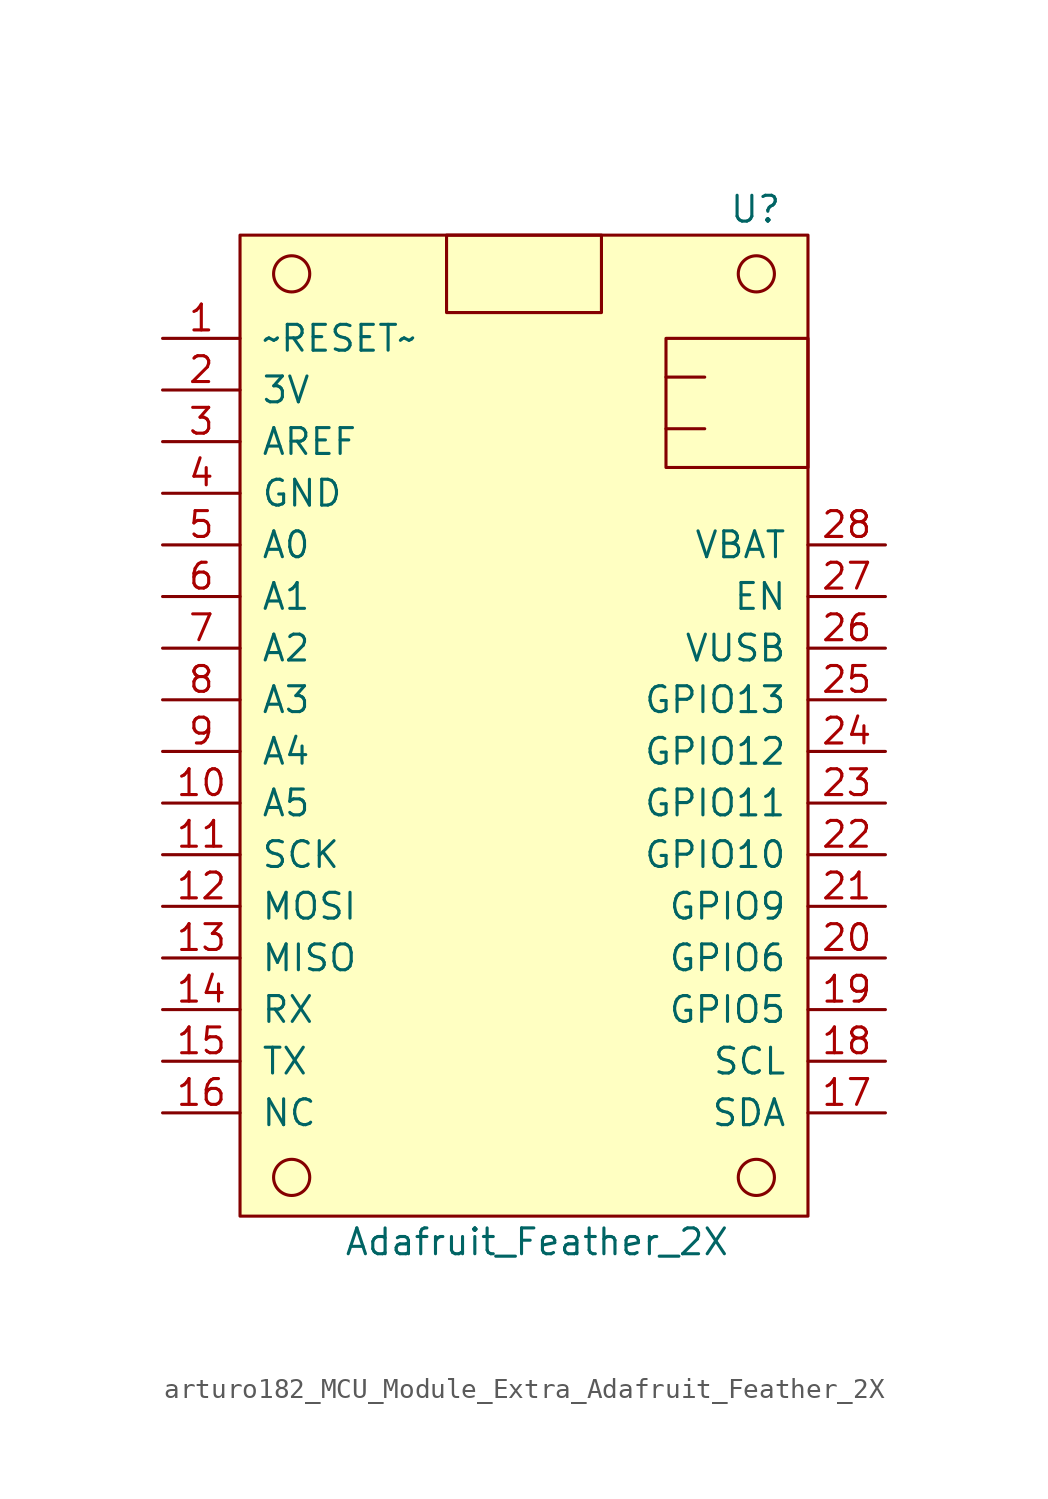
<source format=kicad_sym>
(kicad_symbol_lib
  (version 20220914)
  (generator kicad_symbol_editor)
  (symbol "MCU_Module_Extra:arturo182_MCU_Module_Extra_Adafruit_Feather_2X"
    (pin_names
      (offset 1.016))
    (property "Reference" "U"
      (at 12.7 24.13 0)
      (effects (font (size 1.27 1.27)) (justify right)))
    (property "Value" "Adafruit_Feather_2X"
      (at 0.635 -26.67 0)
      (effects (font (size 1.27 1.27))))
    (symbol "arturo182_MCU_Module_Extra_Adafruit_Feather_2X_0_1"
      (circle (center -11.43 -23.495) (radius 0.889) (stroke (width 0)) (fill (type none)))
      (circle (center -11.43 20.955) (radius 0.889) (stroke (width 0)) (fill (type none)))
      (circle (center 11.43 -23.495) (radius 0.889) (stroke (width 0)) (fill (type none)))
      (circle (center 11.43 20.955) (radius 0.889) (stroke (width 0)) (fill (type none)))
      (rectangle (start -13.97 22.86) (end 13.97 -25.4) (stroke (width 0)) (fill (type background)))
      (rectangle (start -3.81 22.86) (end 3.81 19.05) (stroke (width 0)) (fill (type none)))
      (rectangle (start 6.985 13.335) (end 8.89 13.335) (stroke (width 0)) (fill (type none)))
      (rectangle (start 6.985 15.875) (end 8.89 15.875) (stroke (width 0)) (fill (type none)))
      (rectangle (start 13.97 17.78) (end 6.985 11.43) (stroke (width 0)) (fill (type none))))
    (symbol "arturo182_MCU_Module_Extra_Adafruit_Feather_2X_1_1"
      (pin bidirectional line (at -17.78 17.78 0) (length 3.81) (name "~RESET~" (effects (font (size 1.27 1.27)))) (number "1" (effects (font (size 1.27 1.27)))))
      (pin passive line (at -17.78 17.78 0) (length 3.81) hide (name "~RESET~" (effects (font (size 1.27 1.27)))) (number "1" (effects (font (size 1.27 1.27)))))
      (pin passive line (at -17.78 -5.08 0) (length 3.81) hide (name "A5" (effects (font (size 1.27 1.27)))) (number "10" (effects (font (size 1.27 1.27)))))
      (pin bidirectional line (at -17.78 -5.08 0) (length 3.81) (name "A5" (effects (font (size 1.27 1.27)))) (number "10" (effects (font (size 1.27 1.27)))))
      (pin passive line (at -17.78 -7.62 0) (length 3.81) hide (name "SCK" (effects (font (size 1.27 1.27)))) (number "11" (effects (font (size 1.27 1.27)))))
      (pin output line (at -17.78 -7.62 0) (length 3.81) (name "SCK" (effects (font (size 1.27 1.27)))) (number "11" (effects (font (size 1.27 1.27)))))
      (pin passive line (at -17.78 -10.16 0) (length 3.81) hide (name "MOSI" (effects (font (size 1.27 1.27)))) (number "12" (effects (font (size 1.27 1.27)))))
      (pin output line (at -17.78 -10.16 0) (length 3.81) (name "MOSI" (effects (font (size 1.27 1.27)))) (number "12" (effects (font (size 1.27 1.27)))))
      (pin input line (at -17.78 -12.7 0) (length 3.81) (name "MISO" (effects (font (size 1.27 1.27)))) (number "13" (effects (font (size 1.27 1.27)))))
      (pin passive line (at -17.78 -12.7 0) (length 3.81) hide (name "MISO" (effects (font (size 1.27 1.27)))) (number "13" (effects (font (size 1.27 1.27)))))
      (pin input line (at -17.78 -15.24 0) (length 3.81) (name "RX" (effects (font (size 1.27 1.27)))) (number "14" (effects (font (size 1.27 1.27)))))
      (pin passive line (at -17.78 -15.24 0) (length 3.81) hide (name "RX" (effects (font (size 1.27 1.27)))) (number "14" (effects (font (size 1.27 1.27)))))
      (pin passive line (at -17.78 -17.78 0) (length 3.81) hide (name "TX" (effects (font (size 1.27 1.27)))) (number "15" (effects (font (size 1.27 1.27)))))
      (pin output line (at -17.78 -17.78 0) (length 3.81) (name "TX" (effects (font (size 1.27 1.27)))) (number "15" (effects (font (size 1.27 1.27)))))
      (pin bidirectional line (at -17.78 -20.32 0) (length 3.81) (name "NC" (effects (font (size 1.27 1.27)))) (number "16" (effects (font (size 1.27 1.27)))))
      (pin passive line (at -17.78 -20.32 0) (length 3.81) hide (name "NC" (effects (font (size 1.27 1.27)))) (number "16" (effects (font (size 1.27 1.27)))))
      (pin passive line (at 17.78 -20.32 180) (length 3.81) hide (name "SDA" (effects (font (size 1.27 1.27)))) (number "17" (effects (font (size 1.27 1.27)))))
      (pin bidirectional line (at 17.78 -20.32 180) (length 3.81) (name "SDA" (effects (font (size 1.27 1.27)))) (number "17" (effects (font (size 1.27 1.27)))))
      (pin passive line (at 17.78 -17.78 180) (length 3.81) hide (name "SCL" (effects (font (size 1.27 1.27)))) (number "18" (effects (font (size 1.27 1.27)))))
      (pin output line (at 17.78 -17.78 180) (length 3.81) (name "SCL" (effects (font (size 1.27 1.27)))) (number "18" (effects (font (size 1.27 1.27)))))
      (pin passive line (at 17.78 -15.24 180) (length 3.81) hide (name "GPIO5" (effects (font (size 1.27 1.27)))) (number "19" (effects (font (size 1.27 1.27)))))
      (pin bidirectional line (at 17.78 -15.24 180) (length 3.81) (name "GPIO5" (effects (font (size 1.27 1.27)))) (number "19" (effects (font (size 1.27 1.27)))))
      (pin power_out line (at -17.78 15.24 0) (length 3.81) (name "3V" (effects (font (size 1.27 1.27)))) (number "2" (effects (font (size 1.27 1.27)))))
      (pin passive line (at -17.78 15.24 0) (length 3.81) hide (name "3V" (effects (font (size 1.27 1.27)))) (number "2" (effects (font (size 1.27 1.27)))))
      (pin passive line (at 17.78 -12.7 180) (length 3.81) hide (name "GPIO6" (effects (font (size 1.27 1.27)))) (number "20" (effects (font (size 1.27 1.27)))))
      (pin bidirectional line (at 17.78 -12.7 180) (length 3.81) (name "GPIO6" (effects (font (size 1.27 1.27)))) (number "20" (effects (font (size 1.27 1.27)))))
      (pin passive line (at 17.78 -10.16 180) (length 3.81) hide (name "GPIO9" (effects (font (size 1.27 1.27)))) (number "21" (effects (font (size 1.27 1.27)))))
      (pin bidirectional line (at 17.78 -10.16 180) (length 3.81) (name "GPIO9" (effects (font (size 1.27 1.27)))) (number "21" (effects (font (size 1.27 1.27)))))
      (pin passive line (at 17.78 -7.62 180) (length 3.81) hide (name "GPIO10" (effects (font (size 1.27 1.27)))) (number "22" (effects (font (size 1.27 1.27)))))
      (pin bidirectional line (at 17.78 -7.62 180) (length 3.81) (name "GPIO10" (effects (font (size 1.27 1.27)))) (number "22" (effects (font (size 1.27 1.27)))))
      (pin passive line (at 17.78 -5.08 180) (length 3.81) hide (name "GPIO11" (effects (font (size 1.27 1.27)))) (number "23" (effects (font (size 1.27 1.27)))))
      (pin bidirectional line (at 17.78 -5.08 180) (length 3.81) (name "GPIO11" (effects (font (size 1.27 1.27)))) (number "23" (effects (font (size 1.27 1.27)))))
      (pin passive line (at 17.78 -2.54 180) (length 3.81) hide (name "GPIO12" (effects (font (size 1.27 1.27)))) (number "24" (effects (font (size 1.27 1.27)))))
      (pin bidirectional line (at 17.78 -2.54 180) (length 3.81) (name "GPIO12" (effects (font (size 1.27 1.27)))) (number "24" (effects (font (size 1.27 1.27)))))
      (pin passive line (at 17.78 0 180) (length 3.81) hide (name "GPIO13" (effects (font (size 1.27 1.27)))) (number "25" (effects (font (size 1.27 1.27)))))
      (pin bidirectional line (at 17.78 0 180) (length 3.81) (name "GPIO13" (effects (font (size 1.27 1.27)))) (number "25" (effects (font (size 1.27 1.27)))))
      (pin power_out line (at 17.78 2.54 180) (length 3.81) (name "VUSB" (effects (font (size 1.27 1.27)))) (number "26" (effects (font (size 1.27 1.27)))))
      (pin passive line (at 17.78 2.54 180) (length 3.81) hide (name "VUSB" (effects (font (size 1.27 1.27)))) (number "26" (effects (font (size 1.27 1.27)))))
      (pin input line (at 17.78 5.08 180) (length 3.81) (name "EN" (effects (font (size 1.27 1.27)))) (number "27" (effects (font (size 1.27 1.27)))))
      (pin passive line (at 17.78 5.08 180) (length 3.81) hide (name "EN" (effects (font (size 1.27 1.27)))) (number "27" (effects (font (size 1.27 1.27)))))
      (pin passive line (at 17.78 7.62 180) (length 3.81) hide (name "VBAT" (effects (font (size 1.27 1.27)))) (number "28" (effects (font (size 1.27 1.27)))))
      (pin power_out line (at 17.78 7.62 180) (length 3.81) (name "VBAT" (effects (font (size 1.27 1.27)))) (number "28" (effects (font (size 1.27 1.27)))))
      (pin passive line (at -17.78 12.7 0) (length 3.81) hide (name "AREF" (effects (font (size 1.27 1.27)))) (number "3" (effects (font (size 1.27 1.27)))))
      (pin input line (at -17.78 12.7 0) (length 3.81) (name "AREF" (effects (font (size 1.27 1.27)))) (number "3" (effects (font (size 1.27 1.27)))))
      (pin passive line (at -17.78 10.16 0) (length 3.81) hide (name "GND" (effects (font (size 1.27 1.27)))) (number "4" (effects (font (size 1.27 1.27)))))
      (pin power_out line (at -17.78 10.16 0) (length 3.81) (name "GND" (effects (font (size 1.27 1.27)))) (number "4" (effects (font (size 1.27 1.27)))))
      (pin bidirectional line (at -17.78 7.62 0) (length 3.81) (name "A0" (effects (font (size 1.27 1.27)))) (number "5" (effects (font (size 1.27 1.27)))))
      (pin passive line (at -17.78 7.62 0) (length 3.81) hide (name "A0" (effects (font (size 1.27 1.27)))) (number "5" (effects (font (size 1.27 1.27)))))
      (pin bidirectional line (at -17.78 5.08 0) (length 3.81) (name "A1" (effects (font (size 1.27 1.27)))) (number "6" (effects (font (size 1.27 1.27)))))
      (pin passive line (at -17.78 5.08 0) (length 3.81) hide (name "A1" (effects (font (size 1.27 1.27)))) (number "6" (effects (font (size 1.27 1.27)))))
      (pin bidirectional line (at -17.78 2.54 0) (length 3.81) (name "A2" (effects (font (size 1.27 1.27)))) (number "7" (effects (font (size 1.27 1.27)))))
      (pin passive line (at -17.78 2.54 0) (length 3.81) hide (name "A2" (effects (font (size 1.27 1.27)))) (number "7" (effects (font (size 1.27 1.27)))))
      (pin bidirectional line (at -17.78 0 0) (length 3.81) (name "A3" (effects (font (size 1.27 1.27)))) (number "8" (effects (font (size 1.27 1.27)))))
      (pin passive line (at -17.78 0 0) (length 3.81) hide (name "A3" (effects (font (size 1.27 1.27)))) (number "8" (effects (font (size 1.27 1.27)))))
      (pin passive line (at -17.78 -2.54 0) (length 3.81) hide (name "A4" (effects (font (size 1.27 1.27)))) (number "9" (effects (font (size 1.27 1.27)))))
      (pin bidirectional line (at -17.78 -2.54 0) (length 3.81) (name "A4" (effects (font (size 1.27 1.27)))) (number "9" (effects (font (size 1.27 1.27))))))))
</source>
